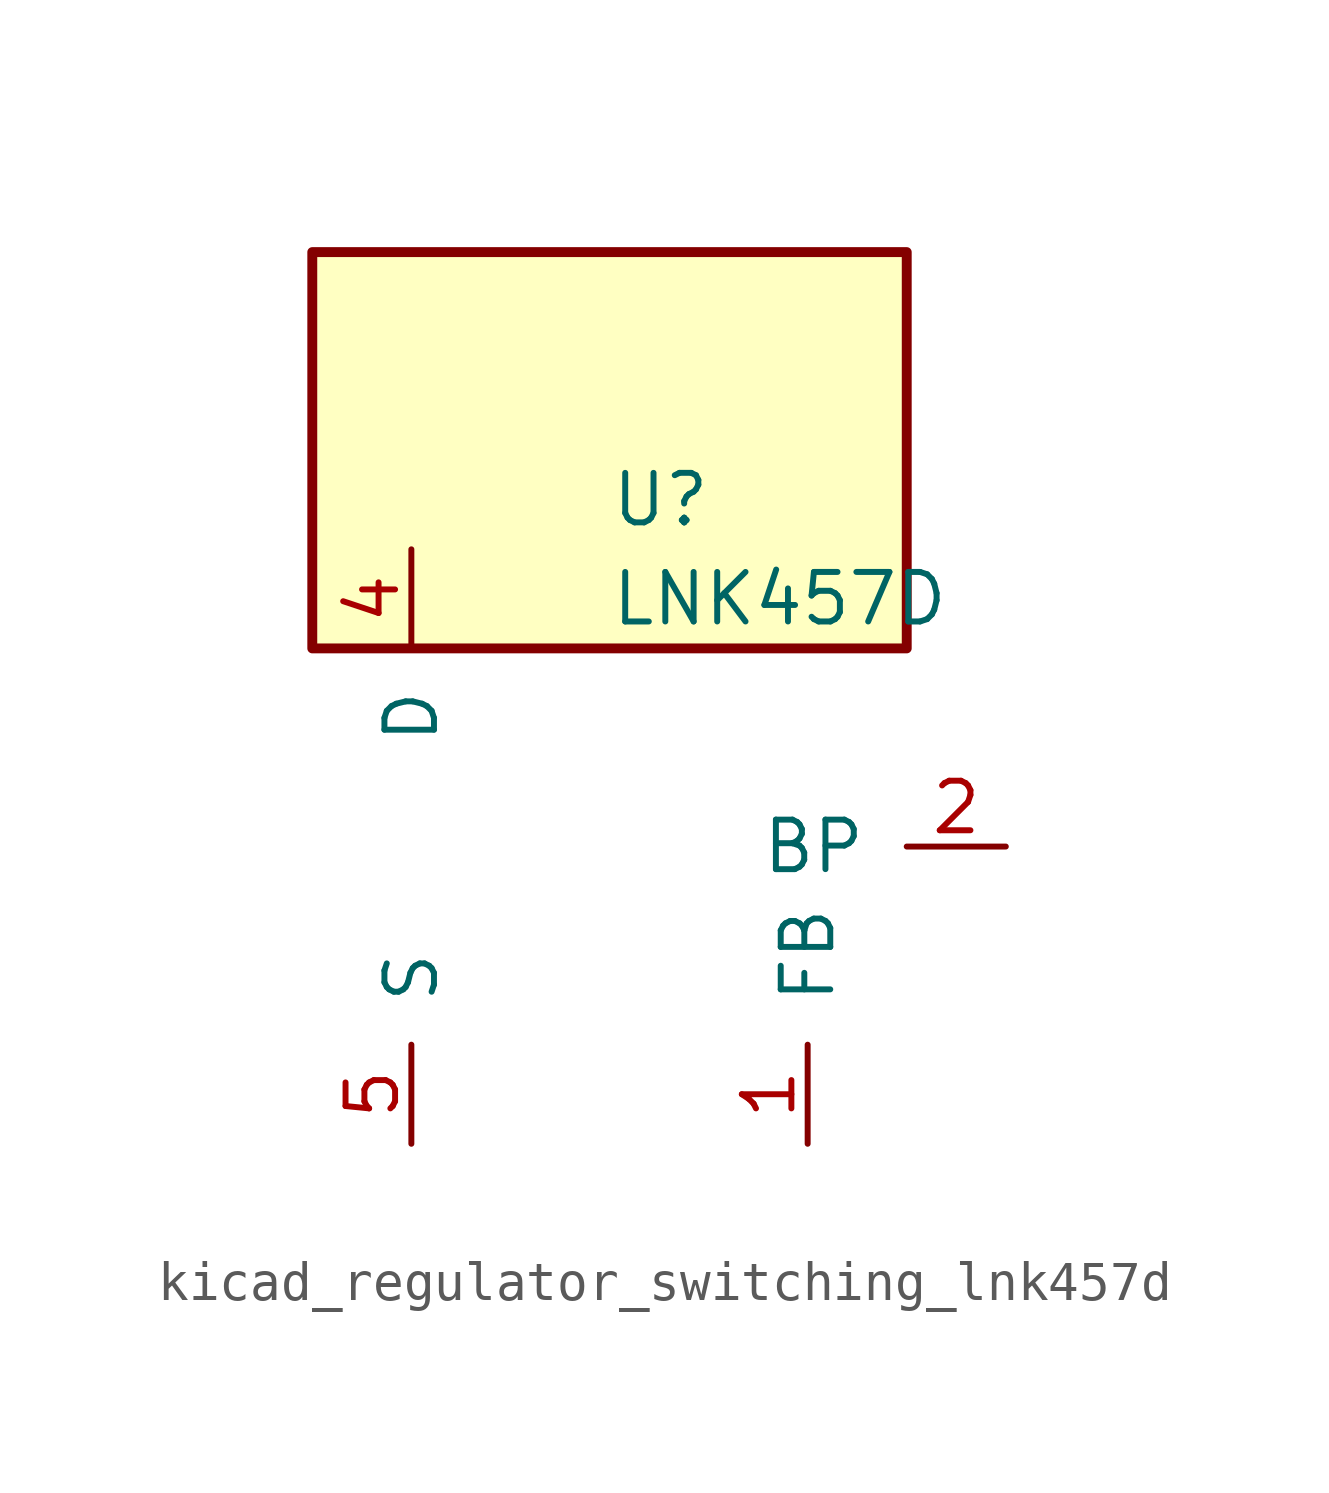
<source format=kicad_sym>
(kicad_symbol_lib
  (version 20220914)
  (generator kicad_symbol_editor)
  (symbol "kicad_regulator_switching_lnk457d"
    (pin_names
      (offset 1.016))
    (property "Reference" "U"
      (at 0 8.89 0)
      (effects (font (size 1.27 1.27)) (justify left)))
    (property "Value" "LNK457D"
      (at 0 6.35 0)
      (effects (font (size 1.27 1.27)) (justify left)))
    (symbol "kicad_regulator_switching_lnk457d_0_1"
      (rectangle (start 7.62 15.24) (end -7.62 5.08) (stroke (width 0.254) (type default)) (fill (type background))))
    (symbol "kicad_regulator_switching_lnk457d_1_1"
      (pin input line (at 5.08 -7.62 90) (length 2.54) (name "FB" (effects (font (size 1.27 1.27)))) (number "1" (effects (font (size 1.27 1.27)))))
      (pin input line (at 10.16 0 180) (length 2.54) (name "BP" (effects (font (size 1.27 1.27)))) (number "2" (effects (font (size 1.27 1.27)))))
      (pin open_collector line (at -5.08 7.62 270) (length 2.54) (name "D" (effects (font (size 1.27 1.27)))) (number "4" (effects (font (size 1.27 1.27)))))
      (pin power_in line (at -5.08 -7.62 90) (length 2.54) (name "S" (effects (font (size 1.27 1.27)))) (number "5" (effects (font (size 1.27 1.27)))))
      (pin passive line (at -5.08 -7.62 90) (length 2.54) hide (name "S" (effects (font (size 1.27 1.27)))) (number "6" (effects (font (size 1.27 1.27)))))
      (pin passive line (at -5.08 -7.62 90) (length 2.54) hide (name "S" (effects (font (size 1.27 1.27)))) (number "7" (effects (font (size 1.27 1.27)))))
      (pin passive line (at -5.08 -7.62 90) (length 2.54) hide (name "S" (effects (font (size 1.27 1.27)))) (number "8" (effects (font (size 1.27 1.27))))))))
</source>
